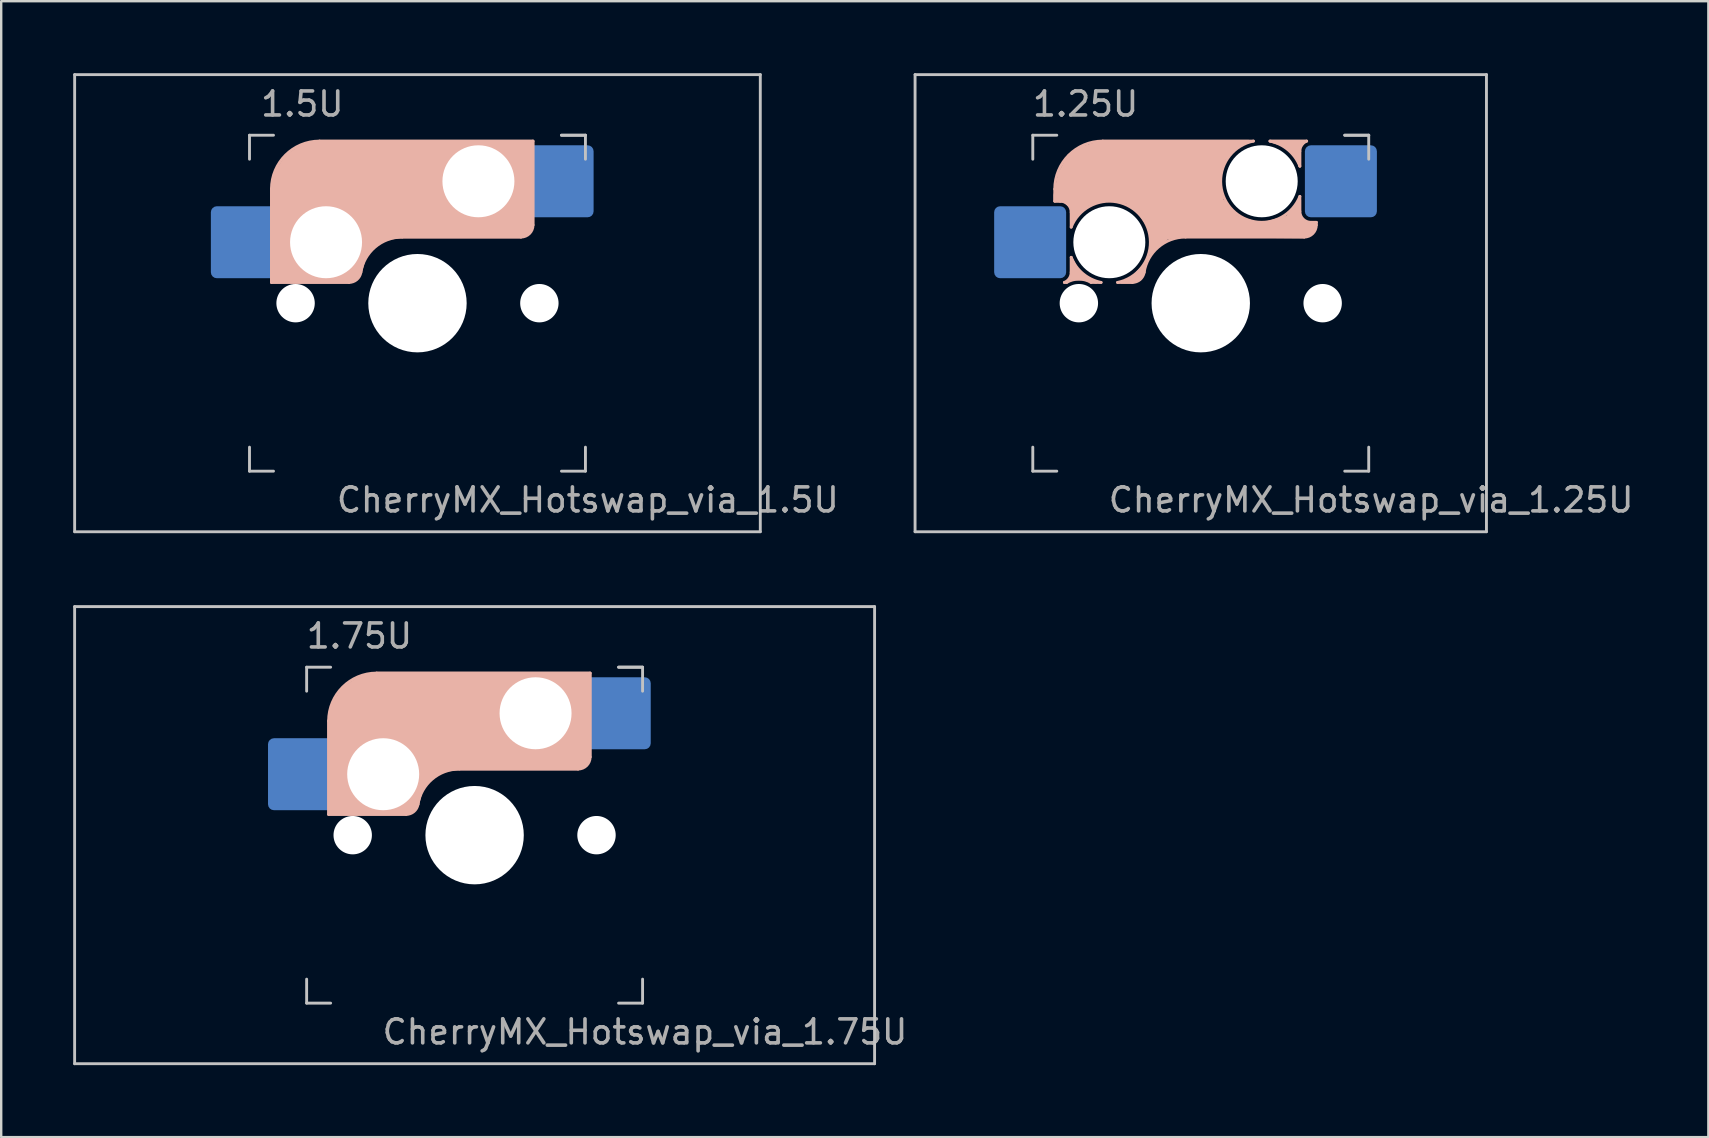
<source format=kicad_pcb>
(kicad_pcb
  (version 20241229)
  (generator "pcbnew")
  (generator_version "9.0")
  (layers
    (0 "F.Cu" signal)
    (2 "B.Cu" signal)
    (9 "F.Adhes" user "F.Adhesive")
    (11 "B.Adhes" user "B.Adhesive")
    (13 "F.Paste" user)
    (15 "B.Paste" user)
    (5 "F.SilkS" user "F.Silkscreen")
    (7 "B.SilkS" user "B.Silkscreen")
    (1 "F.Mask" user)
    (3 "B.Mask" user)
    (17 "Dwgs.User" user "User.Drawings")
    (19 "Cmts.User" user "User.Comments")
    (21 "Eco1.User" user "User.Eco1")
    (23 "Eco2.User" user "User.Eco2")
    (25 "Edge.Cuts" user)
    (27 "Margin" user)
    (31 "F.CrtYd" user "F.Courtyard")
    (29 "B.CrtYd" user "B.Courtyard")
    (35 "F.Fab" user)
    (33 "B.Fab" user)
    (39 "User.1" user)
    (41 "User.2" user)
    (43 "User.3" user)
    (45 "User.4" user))
  (footprint "CherryMX_Hotswap_via_1.5U"
    (layer "F.Cu")
    (at 14.348 9.585)
    (property "Reference" "CherryMX_Hotswap_via_1.5U" (at 7.1 8.2 0) (layer "F.Fab") (effects (font (size 1 1) (thickness 0.15))))
    (attr through_hole)
    (fp_line (start -6.085 -0.865) (end -6.085 -4.755) (stroke (width 0.12) (type solid)) (layer "B.SilkS"))
    (fp_line (start -4.085 -6.755) (end 4.815 -6.755) (stroke (width 0.12) (type solid)) (layer "B.SilkS"))
    (fp_line (start -2.852 -0.865) (end -6.085 -0.865) (stroke (width 0.12) (type solid)) (layer "B.SilkS"))
    (fp_line (start -0.635 -2.755) (end 4.315 -2.755) (stroke (width 0.12) (type solid)) (layer "B.SilkS"))
    (fp_line (start 4.815 -6.755) (end 4.815 -3.255) (stroke (width 0.12) (type solid)) (layer "B.SilkS"))
    (fp_arc (start -6.085 -4.755) (mid -5.499214 -6.169214) (end -4.085 -6.755) (stroke (width 0.12) (type solid)) (layer "B.SilkS"))
    (fp_arc (start -2.360959 -1.278326) (mid -1.770727 -2.335454) (end -0.635 -2.755) (stroke (width 0.12) (type solid)) (layer "B.SilkS"))
    (fp_arc (start -2.36 -1.278176) (mid -2.53101 -0.981978) (end -2.852404 -0.865) (stroke (width 0.12) (type solid)) (layer "B.SilkS"))
    (fp_arc (start 4.815 -3.255) (mid 4.668553 -2.901447) (end 4.315 -2.755) (stroke (width 0.12) (type solid)) (layer "B.SilkS"))
    (fp_poly (pts (xy 4.815 -3.255) (xy 4.633 -2.937) (xy 4.315 -2.755) (xy -0.635 -2.755) (xy -1.259 -2.696) (xy -1.805 -2.376) (xy -2.207 -1.885) (xy -2.361 -1.278) (xy -2.563 -1.02) (xy -2.852 -0.865) (xy -6.085 -0.865) (xy -6.085 -4.755) (xy -5.887 -5.501) (xy -5.464 -6.134) (xy -4.831 -6.557) (xy -4.085 -6.755) (xy 4.815 -6.755)) (stroke (width 0.1) (type solid)) (fill yes) (layer "B.SilkS"))
    (fp_line (start -14.287 -9.525) (end 14.287 -9.525) (stroke (width 0.12) (type solid)) (layer "Dwgs.User"))
    (fp_line (start -14.287 9.525) (end -14.287 -9.525) (stroke (width 0.12) (type solid)) (layer "Dwgs.User"))
    (fp_line (start -7 -7) (end -7 -6) (stroke (width 0.12) (type solid)) (layer "Dwgs.User"))
    (fp_line (start -7 -7) (end -6 -7) (stroke (width 0.12) (type solid)) (layer "Dwgs.User"))
    (fp_line (start -7 7) (end -7 6) (stroke (width 0.12) (type solid)) (layer "Dwgs.User"))
    (fp_line (start -7 7) (end -6 7) (stroke (width 0.12) (type solid)) (layer "Dwgs.User"))
    (fp_line (start 6 -7) (end 7 -7) (stroke (width 0.12) (type solid)) (layer "Dwgs.User"))
    (fp_line (start 7 -7) (end 6 -7) (stroke (width 0.12) (type solid)) (layer "Dwgs.User"))
    (fp_line (start 7 -7) (end 7 -6) (stroke (width 0.12) (type solid)) (layer "Dwgs.User"))
    (fp_line (start 7 7) (end 6 7) (stroke (width 0.12) (type solid)) (layer "Dwgs.User"))
    (fp_line (start 7 7) (end 7 6) (stroke (width 0.12) (type solid)) (layer "Dwgs.User"))
    (fp_line (start 14.287 -9.525) (end 14.287 9.525) (stroke (width 0.12) (type solid)) (layer "Dwgs.User"))
    (fp_line (start 14.287 9.525) (end -14.287 9.525) (stroke (width 0.12) (type solid)) (layer "Dwgs.User"))
    (fp_text user "1.5U" (at -4.8 -8.3 0) (layer "F.Fab") (effects (font (size 1 1) (thickness 0.15))))
    (pad "" np_thru_hole circle (at -5.08 0) (size 1.6 1.6) (drill 1.6) (layers "*.Cu" "*.Mask"))
    (pad "" np_thru_hole circle (at -3.81 -2.54) (size 3 3) (drill 3) (layers "*.Cu" "*.Mask"))
    (pad "" np_thru_hole circle (at 0 0) (size 4.1 4.1) (drill 4.1) (layers "*.Cu" "*.Mask"))
    (pad "" np_thru_hole circle (at 2.54 -5.08) (size 3 3) (drill 3) (layers "*.Cu" "*.Mask"))
    (pad "" np_thru_hole circle (at 5.08 0) (size 1.6 1.6) (drill 1.6) (layers "*.Cu" "*.Mask"))
    (pad "1" smd roundrect (at -7.11 -2.54) (size 3 3) (layers "B.Cu") (roundrect_rratio 0.083))
    (pad "2" smd roundrect (at 5.84 -5.08 180) (size 3 3) (layers "B.Cu") (roundrect_rratio 0.083)))
  (footprint "CherryMX_Hotswap_via_1.25U"
    (layer "F.Cu")
    (at 46.991 9.585)
    (property "Reference" "CherryMX_Hotswap_via_1.25U" (at 7.1 8.2 0) (layer "F.Fab") (effects (font (size 1 1) (thickness 0.15))))
    (attr through_hole)
    (fp_line (start -6.085 -4.25) (end -6.085 -4.755) (stroke (width 0.12) (type solid)) (layer "B.SilkS"))
    (fp_line (start -6.085 -4.25) (end -5.859 -4.25) (stroke (width 0.12) (type solid)) (layer "B.SilkS"))
    (fp_line (start -5.683 -0.865) (end -5.588 -0.865) (stroke (width 0.12) (type solid)) (layer "B.SilkS"))
    (fp_line (start -5.4 -3.791) (end -5.4 -3.169) (stroke (width 0.12) (type solid)) (layer "B.SilkS"))
    (fp_line (start -5.4 -1.911) (end -5.4 -1.289) (stroke (width 0.12) (type solid)) (layer "B.SilkS"))
    (fp_line (start -4.154 -0.865) (end -4.572 -0.865) (stroke (width 0.12) (type solid)) (layer "B.SilkS"))
    (fp_line (start -4.085 -6.755) (end 2.196 -6.755) (stroke (width 0.12) (type solid)) (layer "B.SilkS"))
    (fp_line (start -2.852 -0.865) (end -3.466 -0.865) (stroke (width 0.12) (type solid)) (layer "B.SilkS"))
    (fp_line (start -0.635 -2.755) (end 4.315 -2.755) (stroke (width 0.12) (type solid)) (layer "B.SilkS"))
    (fp_line (start 4.13 -5.709) (end 4.13 -6.331) (stroke (width 0.12) (type solid)) (layer "B.SilkS"))
    (fp_line (start 4.13 -3.829) (end 4.13 -4.451) (stroke (width 0.12) (type solid)) (layer "B.SilkS"))
    (fp_line (start 4.413 -6.755) (end 2.884 -6.755) (stroke (width 0.12) (type solid)) (layer "B.SilkS"))
    (fp_line (start 4.6 -3.37) (end 4.815 -3.37) (stroke (width 0.12) (type solid)) (layer "B.SilkS"))
    (fp_line (start 4.815 -3.37) (end 4.815 -3.255) (stroke (width 0.12) (type solid)) (layer "B.SilkS"))
    (fp_arc (start -6.085 -4.755) (mid -5.499214 -6.169214) (end -4.085 -6.755) (stroke (width 0.12) (type solid)) (layer "B.SilkS"))
    (fp_arc (start -5.859 -4.25) (mid -5.534438 -4.115562) (end -5.4 -3.791) (stroke (width 0.12) (type solid)) (layer "B.SilkS"))
    (fp_arc (start -5.588109 -0.865) (mid -5.08 -1.003195) (end -4.571891 -0.865) (stroke (width 0.12) (type solid)) (layer "B.SilkS"))
    (fp_arc (start -5.4 -3.169286) (mid -2.500253 -3.639392) (end -3.465799 -0.865) (stroke (width 0.12) (type solid)) (layer "B.SilkS"))
    (fp_arc (start -5.4 -1.289) (mid -5.477311 -1.034059) (end -5.683202 -0.865) (stroke (width 0.12) (type solid)) (layer "B.SilkS"))
    (fp_arc (start -4.154201 -0.865) (mid -4.909392 -1.230253) (end -5.4 -1.910715) (stroke (width 0.12) (type solid)) (layer "B.SilkS"))
    (fp_arc (start -2.360959 -1.278326) (mid -1.770727 -2.335454) (end -0.635 -2.755) (stroke (width 0.12) (type solid)) (layer "B.SilkS"))
    (fp_arc (start -2.36 -1.278176) (mid -2.53101 -0.981978) (end -2.852404 -0.865) (stroke (width 0.12) (type solid)) (layer "B.SilkS"))
    (fp_arc (start 2.884201 -6.755) (mid 3.639392 -6.389747) (end 4.13 -5.709285) (stroke (width 0.12) (type solid)) (layer "B.SilkS"))
    (fp_arc (start 4.13 -6.331) (mid 4.207311 -6.585941) (end 4.413202 -6.755) (stroke (width 0.12) (type solid)) (layer "B.SilkS"))
    (fp_arc (start 4.13 -4.450718) (mid 1.230256 -3.980607) (end 2.195798 -6.754999) (stroke (width 0.12) (type solid)) (layer "B.SilkS"))
    (fp_arc (start 4.589 -3.37) (mid 4.264438 -3.504438) (end 4.13 -3.829) (stroke (width 0.12) (type solid)) (layer "B.SilkS"))
    (fp_arc (start 4.815 -3.255) (mid 4.668553 -2.901447) (end 4.315 -2.755) (stroke (width 0.12) (type solid)) (layer "B.SilkS"))
    (fp_poly (pts (xy -5.1 -1.3) (xy -5.4 -1.911) (xy -5.4 -1.289) (xy -5.4 -1) (xy -4.9 -1.003) (xy -4.363 -0.865)) (stroke (width 0.1) (type solid)) (fill yes) (layer "B.SilkS"))
    (fp_poly (pts (xy -3.3 -0.865) (xy -2.852 -0.865) (xy -2.531 -0.982) (xy -2.355 -1.314) (xy -2.355 -1.6) (xy -2.8 -1.1)) (stroke (width 0.1) (type solid)) (fill yes) (layer "B.SilkS"))
    (fp_poly (pts (xy 2.884 -6.755) (xy 4.413 -6.755) (xy 4.3 -6.7) (xy 4.13 -6.5) (xy 4.13 -5.709) (xy 4 -6.1) (xy 3.8 -6.3) (xy 3.4 -6.6)) (stroke (width 0.1) (type solid)) (fill yes) (layer "B.SilkS"))
    (fp_poly (pts (xy -4.085 -6.755) (xy -4.9 -6.5) (xy -5.499 -6.169) (xy -5.9 -5.4) (xy -6.085 -4.503) (xy -6.085 -4.25) (xy -5.7 -4.25) (xy -5.4 -4) (xy -5.4 -3.4) (xy -4.7 -4.1) (xy -3.9 -4.3) (xy -3.1 -4.2) (xy -2.6 -3.8) (xy -2.1 -3.1) (xy -2.1 -2.1) (xy -1.4 -2.7) (xy -0.9 -2.8) (xy 4.315 -2.755) (xy 4.7 -3) (xy 4.815 -3.37) (xy 4.3 -3.37) (xy 4.13 -3.6) (xy 4.13 -4.3) (xy 3.6 -3.6) (xy 2.5 -3.3) (xy 1.5 -3.6) (xy 0.9 -4.3) (xy 0.8 -5) (xy 0.8 -5.45) (xy 1 -6) (xy 1.5 -6.5) (xy 2 -6.755)) (stroke (width 0.1) (type solid)) (fill yes) (layer "B.SilkS"))
    (fp_line (start -11.906 -9.525) (end 11.906 -9.525) (stroke (width 0.12) (type solid)) (layer "Dwgs.User"))
    (fp_line (start -11.906 9.525) (end -11.906 -9.525) (stroke (width 0.12) (type solid)) (layer "Dwgs.User"))
    (fp_line (start -7 -7) (end -7 -6) (stroke (width 0.12) (type solid)) (layer "Dwgs.User"))
    (fp_line (start -7 -7) (end -6 -7) (stroke (width 0.12) (type solid)) (layer "Dwgs.User"))
    (fp_line (start -7 7) (end -7 6) (stroke (width 0.12) (type solid)) (layer "Dwgs.User"))
    (fp_line (start -7 7) (end -6 7) (stroke (width 0.12) (type solid)) (layer "Dwgs.User"))
    (fp_line (start 6 -7) (end 7 -7) (stroke (width 0.12) (type solid)) (layer "Dwgs.User"))
    (fp_line (start 7 -7) (end 6 -7) (stroke (width 0.12) (type solid)) (layer "Dwgs.User"))
    (fp_line (start 7 -7) (end 7 -6) (stroke (width 0.12) (type solid)) (layer "Dwgs.User"))
    (fp_line (start 7 7) (end 6 7) (stroke (width 0.12) (type solid)) (layer "Dwgs.User"))
    (fp_line (start 7 7) (end 7 6) (stroke (width 0.12) (type solid)) (layer "Dwgs.User"))
    (fp_line (start 11.906 -9.525) (end 11.906 9.525) (stroke (width 0.12) (type solid)) (layer "Dwgs.User"))
    (fp_line (start 11.906 9.525) (end -11.906 9.525) (stroke (width 0.12) (type solid)) (layer "Dwgs.User"))
    (fp_text user "1.25U" (at -4.8 -8.3 0) (layer "F.Fab") (effects (font (size 1 1) (thickness 0.15))))
    (pad "" np_thru_hole circle (at -5.08 0) (size 1.6 1.6) (drill 1.6) (layers "*.Cu" "*.Mask"))
    (pad "" np_thru_hole circle (at -3.81 -2.54) (size 3 3) (drill 3) (layers "*.Cu" "*.Mask"))
    (pad "" np_thru_hole circle (at 0 0) (size 4.1 4.1) (drill 4.1) (layers "*.Cu" "*.Mask"))
    (pad "" np_thru_hole circle (at 2.54 -5.08) (size 3 3) (drill 3) (layers "*.Cu" "*.Mask"))
    (pad "" np_thru_hole circle (at 5.08 0) (size 1.6 1.6) (drill 1.6) (layers "*.Cu" "*.Mask"))
    (pad "1" smd roundrect (at -7.11 -2.54) (size 3 3) (layers "B.Cu" "B.Mask" "B.Paste") (roundrect_rratio 0.083))
    (pad "2" smd roundrect (at 5.84 -5.08) (size 3 3) (layers "B.Cu" "B.Mask" "B.Paste") (roundrect_rratio 0.083)))
  (footprint "CherryMX_Hotswap_via_1.75U"
    (layer "F.Cu")
    (at 16.729 31.755)
    (property "Reference" "CherryMX_Hotswap_via_1.75U" (at 7.1 8.2 0) (layer "F.Fab") (effects (font (size 1 1) (thickness 0.15))))
    (attr through_hole)
    (fp_line (start -6.085 -0.865) (end -6.085 -4.755) (stroke (width 0.12) (type solid)) (layer "B.SilkS"))
    (fp_line (start -4.085 -6.755) (end 4.815 -6.755) (stroke (width 0.12) (type solid)) (layer "B.SilkS"))
    (fp_line (start -2.852 -0.865) (end -6.085 -0.865) (stroke (width 0.12) (type solid)) (layer "B.SilkS"))
    (fp_line (start -0.635 -2.755) (end 4.315 -2.755) (stroke (width 0.12) (type solid)) (layer "B.SilkS"))
    (fp_line (start 4.815 -6.755) (end 4.815 -3.255) (stroke (width 0.12) (type solid)) (layer "B.SilkS"))
    (fp_arc (start -6.085 -4.755) (mid -5.499214 -6.169214) (end -4.085 -6.755) (stroke (width 0.12) (type solid)) (layer "B.SilkS"))
    (fp_arc (start -2.360959 -1.278326) (mid -1.770727 -2.335454) (end -0.635 -2.755) (stroke (width 0.12) (type solid)) (layer "B.SilkS"))
    (fp_arc (start -2.36 -1.278176) (mid -2.53101 -0.981978) (end -2.852404 -0.865) (stroke (width 0.12) (type solid)) (layer "B.SilkS"))
    (fp_arc (start 4.815 -3.255) (mid 4.668553 -2.901447) (end 4.315 -2.755) (stroke (width 0.12) (type solid)) (layer "B.SilkS"))
    (fp_poly (pts (xy 4.815 -3.255) (xy 4.633 -2.937) (xy 4.315 -2.755) (xy -0.635 -2.755) (xy -1.259 -2.696) (xy -1.805 -2.376) (xy -2.207 -1.885) (xy -2.361 -1.278) (xy -2.563 -1.02) (xy -2.852 -0.865) (xy -6.085 -0.865) (xy -6.085 -4.755) (xy -5.887 -5.501) (xy -5.464 -6.134) (xy -4.831 -6.557) (xy -4.085 -6.755) (xy 4.815 -6.755)) (stroke (width 0.1) (type solid)) (fill yes) (layer "B.SilkS"))
    (fp_line (start -16.669 -9.525) (end 16.669 -9.525) (stroke (width 0.12) (type solid)) (layer "Dwgs.User"))
    (fp_line (start -16.669 9.525) (end -16.669 -9.525) (stroke (width 0.12) (type solid)) (layer "Dwgs.User"))
    (fp_line (start -7 -7) (end -7 -6) (stroke (width 0.12) (type solid)) (layer "Dwgs.User"))
    (fp_line (start -7 -7) (end -6 -7) (stroke (width 0.12) (type solid)) (layer "Dwgs.User"))
    (fp_line (start -7 7) (end -7 6) (stroke (width 0.12) (type solid)) (layer "Dwgs.User"))
    (fp_line (start -7 7) (end -6 7) (stroke (width 0.12) (type solid)) (layer "Dwgs.User"))
    (fp_line (start 6 -7) (end 7 -7) (stroke (width 0.12) (type solid)) (layer "Dwgs.User"))
    (fp_line (start 7 -7) (end 6 -7) (stroke (width 0.12) (type solid)) (layer "Dwgs.User"))
    (fp_line (start 7 -7) (end 7 -6) (stroke (width 0.12) (type solid)) (layer "Dwgs.User"))
    (fp_line (start 7 7) (end 6 7) (stroke (width 0.12) (type solid)) (layer "Dwgs.User"))
    (fp_line (start 7 7) (end 7 6) (stroke (width 0.12) (type solid)) (layer "Dwgs.User"))
    (fp_line (start 16.669 -9.525) (end 16.669 9.525) (stroke (width 0.12) (type solid)) (layer "Dwgs.User"))
    (fp_line (start 16.669 9.525) (end -16.669 9.525) (stroke (width 0.12) (type solid)) (layer "Dwgs.User"))
    (fp_text user "1.75U" (at -4.8 -8.3 0) (layer "F.Fab") (effects (font (size 1 1) (thickness 0.15))))
    (pad "" np_thru_hole circle (at -5.08 0) (size 1.6 1.6) (drill 1.6) (layers "*.Cu" "*.Mask"))
    (pad "" np_thru_hole circle (at -3.81 -2.54) (size 3 3) (drill 3) (layers "*.Cu" "*.Mask"))
    (pad "" np_thru_hole circle (at 0 0) (size 4.1 4.1) (drill 4.1) (layers "*.Cu" "*.Mask"))
    (pad "" np_thru_hole circle (at 2.54 -5.08) (size 3 3) (drill 3) (layers "*.Cu" "*.Mask"))
    (pad "" np_thru_hole circle (at 5.08 0) (size 1.6 1.6) (drill 1.6) (layers "*.Cu" "*.Mask"))
    (pad "1" smd roundrect (at -7.11 -2.54) (size 3 3) (layers "B.Cu") (roundrect_rratio 0.083))
    (pad "2" smd roundrect (at 5.84 -5.08 180) (size 3 3) (layers "B.Cu") (roundrect_rratio 0.083)))
  (gr_rect
    (start -3 -3)
    (end 68.145 44.34)
    (stroke (width 0.1) (type default))
    (fill no)
    (layer "Edge.Cuts")))
</source>
